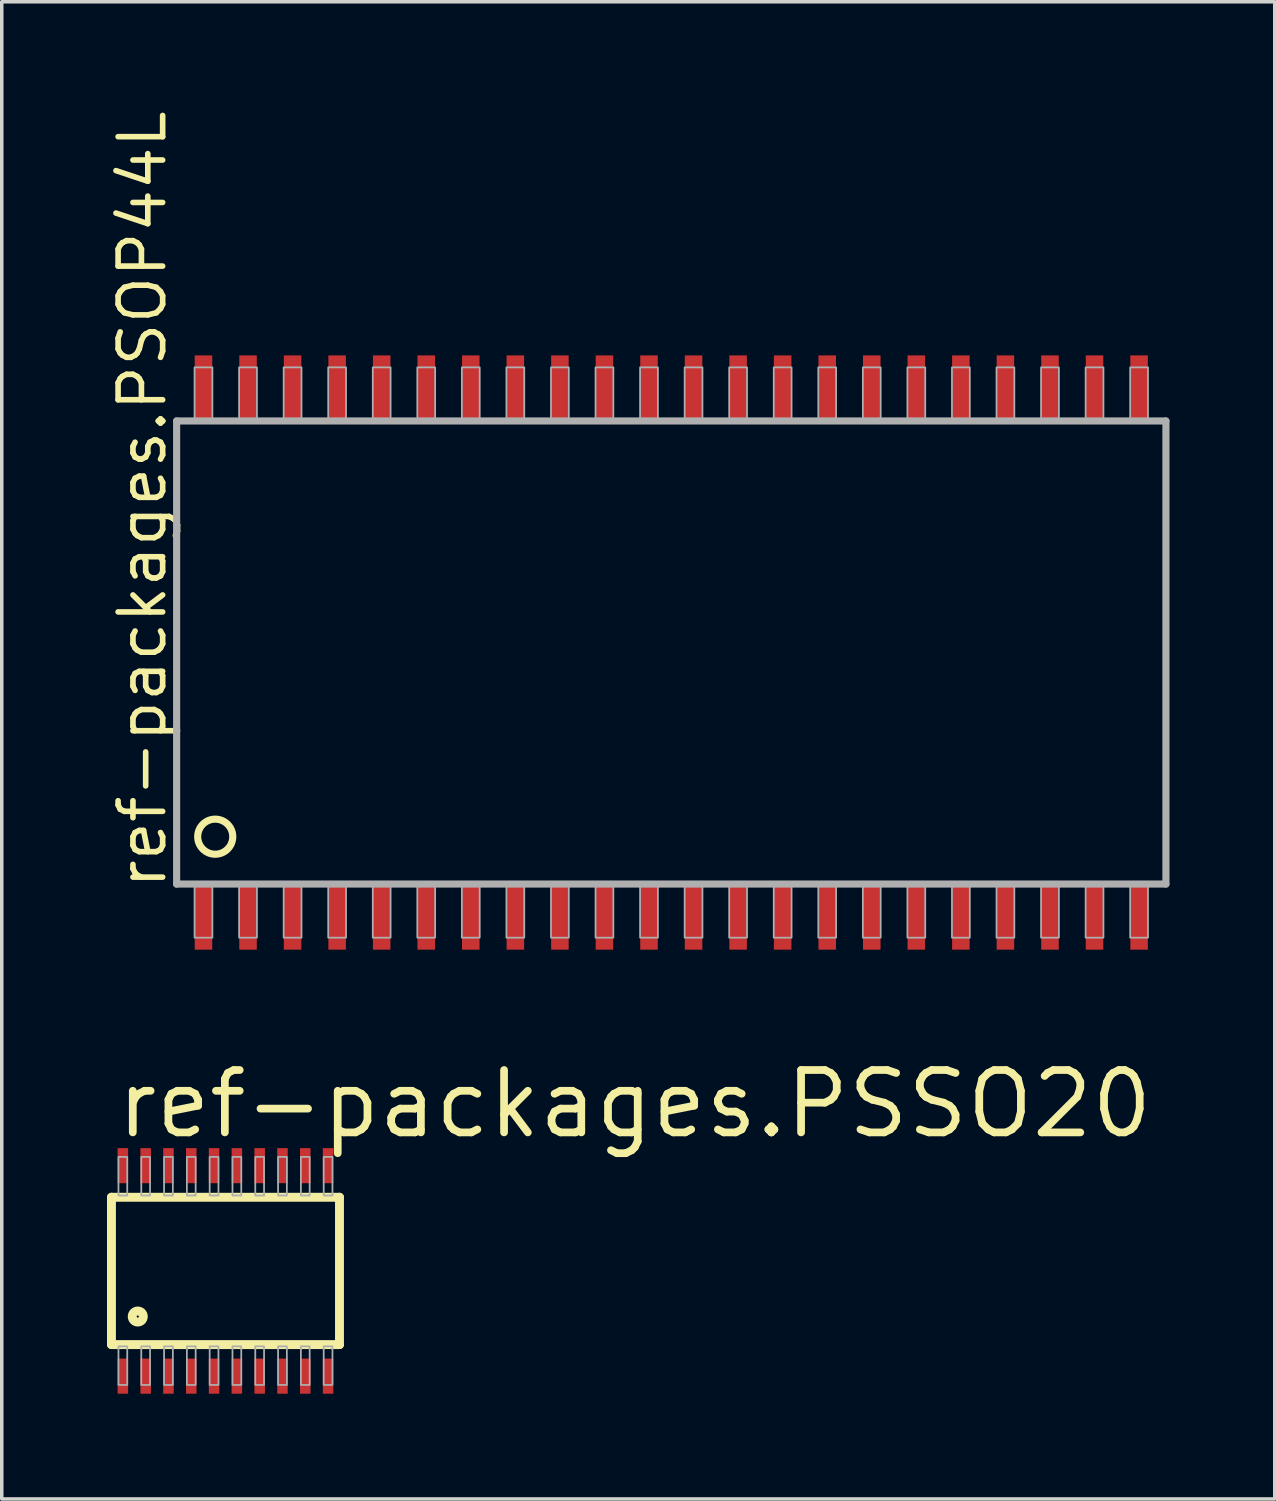
<source format=kicad_pcb>
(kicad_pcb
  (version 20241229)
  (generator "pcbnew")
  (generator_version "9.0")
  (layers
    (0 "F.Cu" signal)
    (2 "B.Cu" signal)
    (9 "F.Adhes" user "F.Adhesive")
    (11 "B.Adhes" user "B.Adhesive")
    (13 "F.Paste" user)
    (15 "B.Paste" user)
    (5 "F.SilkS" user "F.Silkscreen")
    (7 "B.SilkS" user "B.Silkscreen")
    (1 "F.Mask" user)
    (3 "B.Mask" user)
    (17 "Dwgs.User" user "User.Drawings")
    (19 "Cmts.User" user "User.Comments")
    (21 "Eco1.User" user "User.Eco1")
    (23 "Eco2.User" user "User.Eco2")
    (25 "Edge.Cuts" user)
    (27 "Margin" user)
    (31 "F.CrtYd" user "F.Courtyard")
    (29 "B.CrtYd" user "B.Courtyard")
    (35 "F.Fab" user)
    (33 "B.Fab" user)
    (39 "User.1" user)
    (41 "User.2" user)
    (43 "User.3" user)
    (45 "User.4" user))
  (footprint "ref-packages.PSOP44L"
    (layer "F.Cu")
    (at 16.085 15.55)
    (property "Reference" "ref-packages.PSOP44L" (at -14.335 6.81 90) (layer "F.SilkS") (effects (font (size 1.27 1.27) (thickness 0.16)) (justify left bottom)))
    (attr smd)
    (fp_circle (center -13 5.25) (end -12.5 5.25) (stroke (width 0.203) (type default)) (fill no) (layer "F.SilkS"))
    (fp_line (start -14.1 -6.6) (end -14.1 6.6) (stroke (width 0.203) (type default)) (layer "F.Fab"))
    (fp_line (start -14.1 6.6) (end 14.1 6.6) (stroke (width 0.203) (type default)) (layer "F.Fab"))
    (fp_line (start 14.1 -6.6) (end -14.1 -6.6) (stroke (width 0.203) (type default)) (layer "F.Fab"))
    (fp_line (start 14.1 6.6) (end 14.1 -6.6) (stroke (width 0.203) (type default)) (layer "F.Fab"))
    (fp_rect (start -13.589 -6.604) (end -13.081 -8.128) (stroke (width 0.05) (type default)) (fill no) (layer "F.Fab"))
    (fp_rect (start -13.589 8.128) (end -13.081 6.604) (stroke (width 0.05) (type default)) (fill no) (layer "F.Fab"))
    (fp_rect (start -12.319 -6.604) (end -11.811 -8.128) (stroke (width 0.05) (type default)) (fill no) (layer "F.Fab"))
    (fp_rect (start -12.319 8.128) (end -11.811 6.604) (stroke (width 0.05) (type default)) (fill no) (layer "F.Fab"))
    (fp_rect (start -11.049 -6.604) (end -10.541 -8.128) (stroke (width 0.05) (type default)) (fill no) (layer "F.Fab"))
    (fp_rect (start -11.049 8.128) (end -10.541 6.604) (stroke (width 0.05) (type default)) (fill no) (layer "F.Fab"))
    (fp_rect (start -9.779 -6.604) (end -9.271 -8.128) (stroke (width 0.05) (type default)) (fill no) (layer "F.Fab"))
    (fp_rect (start -9.779 8.128) (end -9.271 6.604) (stroke (width 0.05) (type default)) (fill no) (layer "F.Fab"))
    (fp_rect (start -8.509 -6.604) (end -8.001 -8.128) (stroke (width 0.05) (type default)) (fill no) (layer "F.Fab"))
    (fp_rect (start -8.509 8.128) (end -8.001 6.604) (stroke (width 0.05) (type default)) (fill no) (layer "F.Fab"))
    (fp_rect (start -7.239 -6.604) (end -6.731 -8.128) (stroke (width 0.05) (type default)) (fill no) (layer "F.Fab"))
    (fp_rect (start -7.239 8.128) (end -6.731 6.604) (stroke (width 0.05) (type default)) (fill no) (layer "F.Fab"))
    (fp_rect (start -5.969 -6.604) (end -5.461 -8.128) (stroke (width 0.05) (type default)) (fill no) (layer "F.Fab"))
    (fp_rect (start -5.969 8.128) (end -5.461 6.604) (stroke (width 0.05) (type default)) (fill no) (layer "F.Fab"))
    (fp_rect (start -4.699 -6.604) (end -4.191 -8.128) (stroke (width 0.05) (type default)) (fill no) (layer "F.Fab"))
    (fp_rect (start -4.699 8.128) (end -4.191 6.604) (stroke (width 0.05) (type default)) (fill no) (layer "F.Fab"))
    (fp_rect (start -3.429 -6.604) (end -2.921 -8.128) (stroke (width 0.05) (type default)) (fill no) (layer "F.Fab"))
    (fp_rect (start -3.429 8.128) (end -2.921 6.604) (stroke (width 0.05) (type default)) (fill no) (layer "F.Fab"))
    (fp_rect (start -2.159 -6.604) (end -1.651 -8.128) (stroke (width 0.05) (type default)) (fill no) (layer "F.Fab"))
    (fp_rect (start -2.159 8.128) (end -1.651 6.604) (stroke (width 0.05) (type default)) (fill no) (layer "F.Fab"))
    (fp_rect (start -0.889 -6.604) (end -0.381 -8.128) (stroke (width 0.05) (type default)) (fill no) (layer "F.Fab"))
    (fp_rect (start -0.889 8.128) (end -0.381 6.604) (stroke (width 0.05) (type default)) (fill no) (layer "F.Fab"))
    (fp_rect (start 0.381 -6.604) (end 0.889 -8.128) (stroke (width 0.05) (type default)) (fill no) (layer "F.Fab"))
    (fp_rect (start 0.381 8.128) (end 0.889 6.604) (stroke (width 0.05) (type default)) (fill no) (layer "F.Fab"))
    (fp_rect (start 1.651 -6.604) (end 2.159 -8.128) (stroke (width 0.05) (type default)) (fill no) (layer "F.Fab"))
    (fp_rect (start 1.651 8.128) (end 2.159 6.604) (stroke (width 0.05) (type default)) (fill no) (layer "F.Fab"))
    (fp_rect (start 2.921 -6.604) (end 3.429 -8.128) (stroke (width 0.05) (type default)) (fill no) (layer "F.Fab"))
    (fp_rect (start 2.921 8.128) (end 3.429 6.604) (stroke (width 0.05) (type default)) (fill no) (layer "F.Fab"))
    (fp_rect (start 4.191 -6.604) (end 4.699 -8.128) (stroke (width 0.05) (type default)) (fill no) (layer "F.Fab"))
    (fp_rect (start 4.191 8.128) (end 4.699 6.604) (stroke (width 0.05) (type default)) (fill no) (layer "F.Fab"))
    (fp_rect (start 5.461 -6.604) (end 5.969 -8.128) (stroke (width 0.05) (type default)) (fill no) (layer "F.Fab"))
    (fp_rect (start 5.461 8.128) (end 5.969 6.604) (stroke (width 0.05) (type default)) (fill no) (layer "F.Fab"))
    (fp_rect (start 6.731 -6.604) (end 7.239 -8.128) (stroke (width 0.05) (type default)) (fill no) (layer "F.Fab"))
    (fp_rect (start 6.731 8.128) (end 7.239 6.604) (stroke (width 0.05) (type default)) (fill no) (layer "F.Fab"))
    (fp_rect (start 8.001 -6.604) (end 8.509 -8.128) (stroke (width 0.05) (type default)) (fill no) (layer "F.Fab"))
    (fp_rect (start 8.001 8.128) (end 8.509 6.604) (stroke (width 0.05) (type default)) (fill no) (layer "F.Fab"))
    (fp_rect (start 9.271 -6.604) (end 9.779 -8.128) (stroke (width 0.05) (type default)) (fill no) (layer "F.Fab"))
    (fp_rect (start 9.271 8.128) (end 9.779 6.604) (stroke (width 0.05) (type default)) (fill no) (layer "F.Fab"))
    (fp_rect (start 10.541 -6.604) (end 11.049 -8.128) (stroke (width 0.05) (type default)) (fill no) (layer "F.Fab"))
    (fp_rect (start 10.541 8.128) (end 11.049 6.604) (stroke (width 0.05) (type default)) (fill no) (layer "F.Fab"))
    (fp_rect (start 11.811 -6.604) (end 12.319 -8.128) (stroke (width 0.05) (type default)) (fill no) (layer "F.Fab"))
    (fp_rect (start 11.811 8.128) (end 12.319 6.604) (stroke (width 0.05) (type default)) (fill no) (layer "F.Fab"))
    (fp_rect (start 13.081 -6.604) (end 13.589 -8.128) (stroke (width 0.05) (type default)) (fill no) (layer "F.Fab"))
    (fp_rect (start 13.081 8.128) (end 13.589 6.604) (stroke (width 0.05) (type default)) (fill no) (layer "F.Fab"))
    (pad "1" smd roundrect (at -13.335 7.52) (size 0.5 1.9) (layers "F.Cu" "F.Mask" "F.Paste") (roundrect_rratio 0.01))
    (pad "2" smd roundrect (at -12.065 7.52) (size 0.5 1.9) (layers "F.Cu" "F.Mask" "F.Paste") (roundrect_rratio 0.01))
    (pad "3" smd roundrect (at -10.795 7.52) (size 0.5 1.9) (layers "F.Cu" "F.Mask" "F.Paste") (roundrect_rratio 0.01))
    (pad "4" smd roundrect (at -9.525 7.52) (size 0.5 1.9) (layers "F.Cu" "F.Mask" "F.Paste") (roundrect_rratio 0.01))
    (pad "5" smd roundrect (at -8.255 7.52) (size 0.5 1.9) (layers "F.Cu" "F.Mask" "F.Paste") (roundrect_rratio 0.01))
    (pad "6" smd roundrect (at -6.985 7.52) (size 0.5 1.9) (layers "F.Cu" "F.Mask" "F.Paste") (roundrect_rratio 0.01))
    (pad "7" smd roundrect (at -5.715 7.52) (size 0.5 1.9) (layers "F.Cu" "F.Mask" "F.Paste") (roundrect_rratio 0.01))
    (pad "8" smd roundrect (at -4.445 7.52) (size 0.5 1.9) (layers "F.Cu" "F.Mask" "F.Paste") (roundrect_rratio 0.01))
    (pad "9" smd roundrect (at -3.175 7.52) (size 0.5 1.9) (layers "F.Cu" "F.Mask" "F.Paste") (roundrect_rratio 0.01))
    (pad "10" smd roundrect (at -1.905 7.52) (size 0.5 1.9) (layers "F.Cu" "F.Mask" "F.Paste") (roundrect_rratio 0.01))
    (pad "11" smd roundrect (at -0.635 7.52) (size 0.5 1.9) (layers "F.Cu" "F.Mask" "F.Paste") (roundrect_rratio 0.01))
    (pad "12" smd roundrect (at 0.635 7.52) (size 0.5 1.9) (layers "F.Cu" "F.Mask" "F.Paste") (roundrect_rratio 0.01))
    (pad "13" smd roundrect (at 1.905 7.52) (size 0.5 1.9) (layers "F.Cu" "F.Mask" "F.Paste") (roundrect_rratio 0.01))
    (pad "14" smd roundrect (at 3.175 7.52) (size 0.5 1.9) (layers "F.Cu" "F.Mask" "F.Paste") (roundrect_rratio 0.01))
    (pad "15" smd roundrect (at 4.445 7.52) (size 0.5 1.9) (layers "F.Cu" "F.Mask" "F.Paste") (roundrect_rratio 0.01))
    (pad "16" smd roundrect (at 5.715 7.52) (size 0.5 1.9) (layers "F.Cu" "F.Mask" "F.Paste") (roundrect_rratio 0.01))
    (pad "17" smd roundrect (at 6.985 7.52) (size 0.5 1.9) (layers "F.Cu" "F.Mask" "F.Paste") (roundrect_rratio 0.01))
    (pad "18" smd roundrect (at 8.255 7.52) (size 0.5 1.9) (layers "F.Cu" "F.Mask" "F.Paste") (roundrect_rratio 0.01))
    (pad "19" smd roundrect (at 9.525 7.52) (size 0.5 1.9) (layers "F.Cu" "F.Mask" "F.Paste") (roundrect_rratio 0.01))
    (pad "20" smd roundrect (at 10.795 7.52) (size 0.5 1.9) (layers "F.Cu" "F.Mask" "F.Paste") (roundrect_rratio 0.01))
    (pad "21" smd roundrect (at 12.065 7.52) (size 0.5 1.9) (layers "F.Cu" "F.Mask" "F.Paste") (roundrect_rratio 0.01))
    (pad "22" smd roundrect (at 13.335 7.52) (size 0.5 1.9) (layers "F.Cu" "F.Mask" "F.Paste") (roundrect_rratio 0.01))
    (pad "23" smd roundrect (at 13.335 -7.52) (size 0.5 1.9) (layers "F.Cu" "F.Mask" "F.Paste") (roundrect_rratio 0.01))
    (pad "24" smd roundrect (at 12.065 -7.52) (size 0.5 1.9) (layers "F.Cu" "F.Mask" "F.Paste") (roundrect_rratio 0.01))
    (pad "25" smd roundrect (at 10.795 -7.52) (size 0.5 1.9) (layers "F.Cu" "F.Mask" "F.Paste") (roundrect_rratio 0.01))
    (pad "26" smd roundrect (at 9.525 -7.52) (size 0.5 1.9) (layers "F.Cu" "F.Mask" "F.Paste") (roundrect_rratio 0.01))
    (pad "27" smd roundrect (at 8.255 -7.52) (size 0.5 1.9) (layers "F.Cu" "F.Mask" "F.Paste") (roundrect_rratio 0.01))
    (pad "28" smd roundrect (at 6.985 -7.52) (size 0.5 1.9) (layers "F.Cu" "F.Mask" "F.Paste") (roundrect_rratio 0.01))
    (pad "29" smd roundrect (at 5.715 -7.52) (size 0.5 1.9) (layers "F.Cu" "F.Mask" "F.Paste") (roundrect_rratio 0.01))
    (pad "30" smd roundrect (at 4.445 -7.52) (size 0.5 1.9) (layers "F.Cu" "F.Mask" "F.Paste") (roundrect_rratio 0.01))
    (pad "31" smd roundrect (at 3.175 -7.52) (size 0.5 1.9) (layers "F.Cu" "F.Mask" "F.Paste") (roundrect_rratio 0.01))
    (pad "32" smd roundrect (at 1.905 -7.52) (size 0.5 1.9) (layers "F.Cu" "F.Mask" "F.Paste") (roundrect_rratio 0.01))
    (pad "33" smd roundrect (at 0.635 -7.52) (size 0.5 1.9) (layers "F.Cu" "F.Mask" "F.Paste") (roundrect_rratio 0.01))
    (pad "34" smd roundrect (at -0.635 -7.52) (size 0.5 1.9) (layers "F.Cu" "F.Mask" "F.Paste") (roundrect_rratio 0.01))
    (pad "35" smd roundrect (at -1.905 -7.52) (size 0.5 1.9) (layers "F.Cu" "F.Mask" "F.Paste") (roundrect_rratio 0.01))
    (pad "36" smd roundrect (at -3.175 -7.52) (size 0.5 1.9) (layers "F.Cu" "F.Mask" "F.Paste") (roundrect_rratio 0.01))
    (pad "37" smd roundrect (at -4.445 -7.52) (size 0.5 1.9) (layers "F.Cu" "F.Mask" "F.Paste") (roundrect_rratio 0.01))
    (pad "38" smd roundrect (at -5.715 -7.52) (size 0.5 1.9) (layers "F.Cu" "F.Mask" "F.Paste") (roundrect_rratio 0.01))
    (pad "39" smd roundrect (at -6.985 -7.52) (size 0.5 1.9) (layers "F.Cu" "F.Mask" "F.Paste") (roundrect_rratio 0.01))
    (pad "40" smd roundrect (at -8.255 -7.52) (size 0.5 1.9) (layers "F.Cu" "F.Mask" "F.Paste") (roundrect_rratio 0.01))
    (pad "41" smd roundrect (at -9.525 -7.52) (size 0.5 1.9) (layers "F.Cu" "F.Mask" "F.Paste") (roundrect_rratio 0.01))
    (pad "42" smd roundrect (at -10.795 -7.52) (size 0.5 1.9) (layers "F.Cu" "F.Mask" "F.Paste") (roundrect_rratio 0.01))
    (pad "43" smd roundrect (at -12.065 -7.52) (size 0.5 1.9) (layers "F.Cu" "F.Mask" "F.Paste") (roundrect_rratio 0.01))
    (pad "44" smd roundrect (at -13.335 -7.52) (size 0.5 1.9) (layers "F.Cu" "F.Mask" "F.Paste") (roundrect_rratio 0.01)))
  (footprint "ref-packages.PSSO20"
    (layer "F.Cu")
    (at 3.377 33.178)
    (property "Reference" "ref-packages.PSSO20" (at -3.21 -3.72 0) (layer "F.SilkS") (effects (font (size 1.778 1.778) (thickness 0.22)) (justify left bottom)))
    (attr smd)
    (fp_line (start -3.25 -2.1) (end -3.25 2.1) (stroke (width 0.254) (type default)) (layer "F.SilkS"))
    (fp_line (start -3.25 2.1) (end 3.25 2.1) (stroke (width 0.254) (type default)) (layer "F.SilkS"))
    (fp_line (start 3.25 -2.1) (end -3.25 -2.1) (stroke (width 0.254) (type default)) (layer "F.SilkS"))
    (fp_line (start 3.25 2.1) (end 3.25 -2.1) (stroke (width 0.254) (type default)) (layer "F.SilkS"))
    (fp_circle (center -2.5 1.3) (end -2.342 1.3) (stroke (width 0.254) (type default)) (fill no) (layer "F.SilkS"))
    (fp_rect (start -3.05 -2.15) (end -2.8 -3.25) (stroke (width 0.05) (type default)) (fill no) (layer "F.Fab"))
    (fp_rect (start -3.05 3.25) (end -2.8 2.15) (stroke (width 0.05) (type default)) (fill no) (layer "F.Fab"))
    (fp_rect (start -2.4 -2.15) (end -2.15 -3.25) (stroke (width 0.05) (type default)) (fill no) (layer "F.Fab"))
    (fp_rect (start -2.4 3.25) (end -2.15 2.15) (stroke (width 0.05) (type default)) (fill no) (layer "F.Fab"))
    (fp_rect (start -1.75 -2.15) (end -1.5 -3.25) (stroke (width 0.05) (type default)) (fill no) (layer "F.Fab"))
    (fp_rect (start -1.75 3.25) (end -1.5 2.15) (stroke (width 0.05) (type default)) (fill no) (layer "F.Fab"))
    (fp_rect (start -1.1 -2.15) (end -0.85 -3.25) (stroke (width 0.05) (type default)) (fill no) (layer "F.Fab"))
    (fp_rect (start -1.1 3.25) (end -0.85 2.15) (stroke (width 0.05) (type default)) (fill no) (layer "F.Fab"))
    (fp_rect (start -0.45 -2.15) (end -0.2 -3.25) (stroke (width 0.05) (type default)) (fill no) (layer "F.Fab"))
    (fp_rect (start -0.45 3.25) (end -0.2 2.15) (stroke (width 0.05) (type default)) (fill no) (layer "F.Fab"))
    (fp_rect (start 0.2 -2.15) (end 0.45 -3.25) (stroke (width 0.05) (type default)) (fill no) (layer "F.Fab"))
    (fp_rect (start 0.2 3.25) (end 0.45 2.15) (stroke (width 0.05) (type default)) (fill no) (layer "F.Fab"))
    (fp_rect (start 0.85 -2.15) (end 1.1 -3.25) (stroke (width 0.05) (type default)) (fill no) (layer "F.Fab"))
    (fp_rect (start 0.85 3.25) (end 1.1 2.15) (stroke (width 0.05) (type default)) (fill no) (layer "F.Fab"))
    (fp_rect (start 1.5 -2.15) (end 1.75 -3.25) (stroke (width 0.05) (type default)) (fill no) (layer "F.Fab"))
    (fp_rect (start 1.5 3.25) (end 1.75 2.15) (stroke (width 0.05) (type default)) (fill no) (layer "F.Fab"))
    (fp_rect (start 2.15 -2.15) (end 2.4 -3.25) (stroke (width 0.05) (type default)) (fill no) (layer "F.Fab"))
    (fp_rect (start 2.15 3.25) (end 2.4 2.15) (stroke (width 0.05) (type default)) (fill no) (layer "F.Fab"))
    (fp_rect (start 2.8 -2.15) (end 3.05 -3.25) (stroke (width 0.05) (type default)) (fill no) (layer "F.Fab"))
    (fp_rect (start 2.8 3.25) (end 3.05 2.15) (stroke (width 0.05) (type default)) (fill no) (layer "F.Fab"))
    (pad "1" smd roundrect (at -2.925 3) (size 0.3 1) (layers "F.Cu" "F.Mask" "F.Paste") (roundrect_rratio 0.01))
    (pad "2" smd roundrect (at -2.275 3) (size 0.3 1) (layers "F.Cu" "F.Mask" "F.Paste") (roundrect_rratio 0.01))
    (pad "3" smd roundrect (at -1.625 3) (size 0.3 1) (layers "F.Cu" "F.Mask" "F.Paste") (roundrect_rratio 0.01))
    (pad "4" smd roundrect (at -0.975 3) (size 0.3 1) (layers "F.Cu" "F.Mask" "F.Paste") (roundrect_rratio 0.01))
    (pad "5" smd roundrect (at -0.325 3) (size 0.3 1) (layers "F.Cu" "F.Mask" "F.Paste") (roundrect_rratio 0.01))
    (pad "6" smd roundrect (at 0.325 3) (size 0.3 1) (layers "F.Cu" "F.Mask" "F.Paste") (roundrect_rratio 0.01))
    (pad "7" smd roundrect (at 0.975 3) (size 0.3 1) (layers "F.Cu" "F.Mask" "F.Paste") (roundrect_rratio 0.01))
    (pad "8" smd roundrect (at 1.625 3) (size 0.3 1) (layers "F.Cu" "F.Mask" "F.Paste") (roundrect_rratio 0.01))
    (pad "9" smd roundrect (at 2.275 3) (size 0.3 1) (layers "F.Cu" "F.Mask" "F.Paste") (roundrect_rratio 0.01))
    (pad "10" smd roundrect (at 2.925 3) (size 0.3 1) (layers "F.Cu" "F.Mask" "F.Paste") (roundrect_rratio 0.01))
    (pad "11" smd roundrect (at 2.925 -3) (size 0.3 1) (layers "F.Cu" "F.Mask" "F.Paste") (roundrect_rratio 0.01))
    (pad "12" smd roundrect (at 2.275 -3) (size 0.3 1) (layers "F.Cu" "F.Mask" "F.Paste") (roundrect_rratio 0.01))
    (pad "13" smd roundrect (at 1.625 -3) (size 0.3 1) (layers "F.Cu" "F.Mask" "F.Paste") (roundrect_rratio 0.01))
    (pad "14" smd roundrect (at 0.975 -3) (size 0.3 1) (layers "F.Cu" "F.Mask" "F.Paste") (roundrect_rratio 0.01))
    (pad "15" smd roundrect (at 0.325 -3) (size 0.3 1) (layers "F.Cu" "F.Mask" "F.Paste") (roundrect_rratio 0.01))
    (pad "16" smd roundrect (at -0.325 -3) (size 0.3 1) (layers "F.Cu" "F.Mask" "F.Paste") (roundrect_rratio 0.01))
    (pad "17" smd roundrect (at -0.975 -3) (size 0.3 1) (layers "F.Cu" "F.Mask" "F.Paste") (roundrect_rratio 0.01))
    (pad "18" smd roundrect (at -1.625 -3) (size 0.3 1) (layers "F.Cu" "F.Mask" "F.Paste") (roundrect_rratio 0.01))
    (pad "19" smd roundrect (at -2.275 -3) (size 0.3 1) (layers "F.Cu" "F.Mask" "F.Paste") (roundrect_rratio 0.01))
    (pad "20" smd roundrect (at -2.925 -3) (size 0.3 1) (layers "F.Cu" "F.Mask" "F.Paste") (roundrect_rratio 0.01)))
  (gr_rect
    (start -3 -3)
    (end 33.287 39.678)
    (stroke (width 0.1) (type default))
    (fill no)
    (layer "Edge.Cuts")))
</source>
